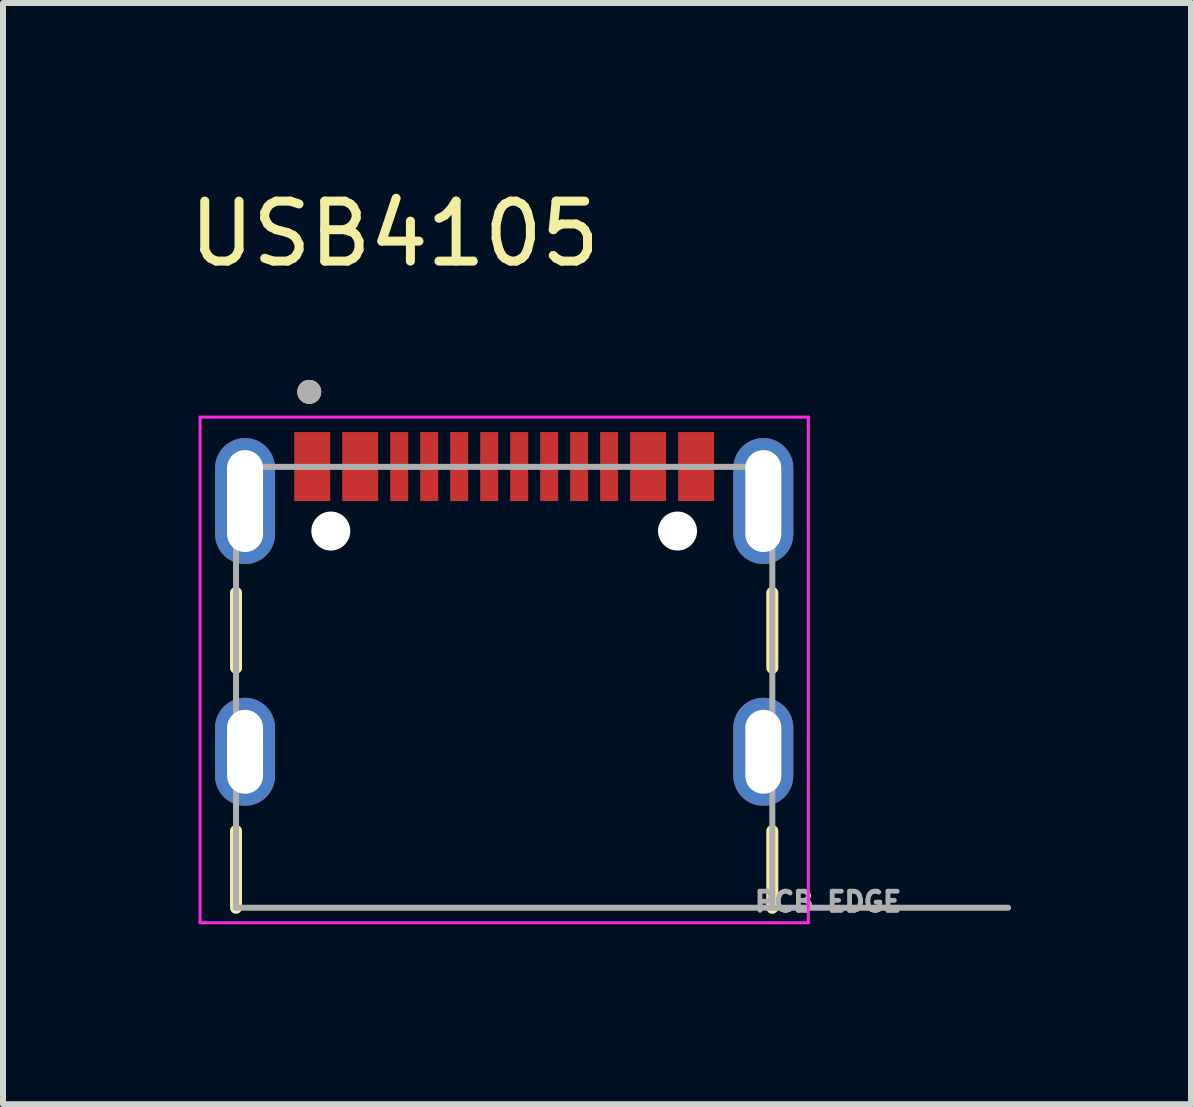
<source format=kicad_pcb>
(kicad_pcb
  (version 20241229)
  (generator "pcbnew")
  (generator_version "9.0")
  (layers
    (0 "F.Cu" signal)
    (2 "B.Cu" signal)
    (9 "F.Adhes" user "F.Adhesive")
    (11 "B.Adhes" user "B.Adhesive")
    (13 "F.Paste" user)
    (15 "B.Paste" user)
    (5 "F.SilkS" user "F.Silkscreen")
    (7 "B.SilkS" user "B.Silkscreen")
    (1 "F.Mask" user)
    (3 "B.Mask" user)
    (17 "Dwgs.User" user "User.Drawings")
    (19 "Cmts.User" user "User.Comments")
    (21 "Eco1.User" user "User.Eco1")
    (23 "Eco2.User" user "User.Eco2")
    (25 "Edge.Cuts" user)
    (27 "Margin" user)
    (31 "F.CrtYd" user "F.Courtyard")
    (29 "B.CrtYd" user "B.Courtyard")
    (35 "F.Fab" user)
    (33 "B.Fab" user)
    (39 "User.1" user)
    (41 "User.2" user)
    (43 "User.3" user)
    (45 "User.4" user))
  (footprint "USB4105"
    (layer "F.Cu")
    (at 5.355 9.483)
    (property "Reference" "USB4105" (at -1.825 -8.635 0) (layer "F.SilkS") (effects (font (size 1 1) (thickness 0.15))))
    (attr smd)
    (fp_poly (pts (xy -3.55 -5.38) (xy -2.85 -5.38) (xy -2.85 -4.13) (xy -3.55 -4.13)) (stroke (width 0.01) (type solid)) (fill yes) (layer "F.Mask"))
    (fp_poly (pts (xy -2.75 -5.38) (xy -2.05 -5.38) (xy -2.05 -4.13) (xy -2.75 -4.13)) (stroke (width 0.01) (type solid)) (fill yes) (layer "F.Mask"))
    (fp_poly (pts (xy -1.95 -5.38) (xy -1.55 -5.38) (xy -1.55 -4.13) (xy -1.95 -4.13)) (stroke (width 0.01) (type solid)) (fill yes) (layer "F.Mask"))
    (fp_poly (pts (xy -1.45 -5.38) (xy -1.05 -5.38) (xy -1.05 -4.13) (xy -1.45 -4.13)) (stroke (width 0.01) (type solid)) (fill yes) (layer "F.Mask"))
    (fp_poly (pts (xy -0.95 -5.38) (xy -0.55 -5.38) (xy -0.55 -4.13) (xy -0.95 -4.13)) (stroke (width 0.01) (type solid)) (fill yes) (layer "F.Mask"))
    (fp_poly (pts (xy -0.45 -5.38) (xy -0.05 -5.38) (xy -0.05 -4.13) (xy -0.45 -4.13)) (stroke (width 0.01) (type solid)) (fill yes) (layer "F.Mask"))
    (fp_poly (pts (xy 0.05 -5.38) (xy 0.45 -5.38) (xy 0.45 -4.13) (xy 0.05 -4.13)) (stroke (width 0.01) (type solid)) (fill yes) (layer "F.Mask"))
    (fp_poly (pts (xy 0.55 -5.38) (xy 0.95 -5.38) (xy 0.95 -4.13) (xy 0.55 -4.13)) (stroke (width 0.01) (type solid)) (fill yes) (layer "F.Mask"))
    (fp_poly (pts (xy 1.05 -5.38) (xy 1.45 -5.38) (xy 1.45 -4.13) (xy 1.05 -4.13)) (stroke (width 0.01) (type solid)) (fill yes) (layer "F.Mask"))
    (fp_poly (pts (xy 1.55 -5.38) (xy 1.95 -5.38) (xy 1.95 -4.13) (xy 1.55 -4.13)) (stroke (width 0.01) (type solid)) (fill yes) (layer "F.Mask"))
    (fp_poly (pts (xy 2.05 -5.38) (xy 2.75 -5.38) (xy 2.75 -4.13) (xy 2.05 -4.13)) (stroke (width 0.01) (type solid)) (fill yes) (layer "F.Mask"))
    (fp_poly (pts (xy 2.85 -5.38) (xy 3.55 -5.38) (xy 3.55 -4.13) (xy 2.85 -4.13)) (stroke (width 0.01) (type solid)) (fill yes) (layer "F.Mask"))
    (fp_line (start -4.47 -2.65) (end -4.47 -1.4) (stroke (width 0.2) (type solid)) (layer "F.SilkS"))
    (fp_line (start -4.47 1.32) (end -4.47 2.6) (stroke (width 0.2) (type solid)) (layer "F.SilkS"))
    (fp_line (start 4.47 -2.65) (end 4.47 -1.4) (stroke (width 0.2) (type solid)) (layer "F.SilkS"))
    (fp_line (start 4.47 2.6) (end 4.47 1.32) (stroke (width 0.2) (type solid)) (layer "F.SilkS"))
    (fp_circle (center -3.25 -6) (end -3.15 -6) (stroke (width 0.2) (type solid)) (fill no) (layer "F.SilkS"))
    (fp_line (start -5.07 -5.58) (end -5.07 2.85) (stroke (width 0.05) (type solid)) (layer "F.CrtYd"))
    (fp_line (start -5.07 2.85) (end 5.07 2.85) (stroke (width 0.05) (type solid)) (layer "F.CrtYd"))
    (fp_line (start 5.07 -5.58) (end -5.07 -5.58) (stroke (width 0.05) (type solid)) (layer "F.CrtYd"))
    (fp_line (start 5.07 2.85) (end 5.07 -5.58) (stroke (width 0.05) (type solid)) (layer "F.CrtYd"))
    (fp_line (start -4.47 -4.75) (end 4.47 -4.75) (stroke (width 0.1) (type solid)) (layer "F.Fab"))
    (fp_line (start -4.47 2.6) (end -4.47 -4.75) (stroke (width 0.1) (type solid)) (layer "F.Fab"))
    (fp_line (start 4.47 -4.75) (end 4.47 2.6) (stroke (width 0.1) (type solid)) (layer "F.Fab"))
    (fp_line (start 4.47 2.6) (end -4.47 2.6) (stroke (width 0.1) (type solid)) (layer "F.Fab"))
    (fp_line (start 4.47 2.6) (end 8.4 2.6) (stroke (width 0.1) (type solid)) (layer "F.Fab"))
    (fp_circle (center -3.25 -6) (end -3.15 -6) (stroke (width 0.2) (type solid)) (fill no) (layer "F.Fab"))
    (fp_text user "PCB EDGE" (at 5.4 2.5 0) (layer "F.Fab") (effects (font (size 0.32 0.32) (thickness 0.15))))
    (pad "" np_thru_hole circle (at -2.89 -3.68) (size 0.65 0.65) (drill 0.65) (layers "*.Cu" "*.Mask"))
    (pad "" np_thru_hole circle (at 2.89 -3.68) (size 0.65 0.65) (drill 0.65) (layers "*.Cu" "*.Mask"))
    (pad "A1_B12" smd rect (at -3.2 -4.755) (size 0.6 1.15) (layers "F.Cu" "F.Paste"))
    (pad "A4_B9" smd rect (at -2.4 -4.755) (size 0.6 1.15) (layers "F.Cu" "F.Paste"))
    (pad "A5" smd rect (at -1.25 -4.755) (size 0.3 1.15) (layers "F.Cu" "F.Paste"))
    (pad "A6" smd rect (at -0.25 -4.755) (size 0.3 1.15) (layers "F.Cu" "F.Paste"))
    (pad "A7" smd rect (at 0.25 -4.755) (size 0.3 1.15) (layers "F.Cu" "F.Paste"))
    (pad "A8" smd rect (at 1.25 -4.755) (size 0.3 1.15) (layers "F.Cu" "F.Paste"))
    (pad "B1_A12" smd rect (at 3.2 -4.755) (size 0.6 1.15) (layers "F.Cu" "F.Paste"))
    (pad "B4_A9" smd rect (at 2.4 -4.755) (size 0.6 1.15) (layers "F.Cu" "F.Paste"))
    (pad "B5" smd rect (at 1.75 -4.755) (size 0.3 1.15) (layers "F.Cu" "F.Paste"))
    (pad "B6" smd rect (at 0.75 -4.755) (size 0.3 1.15) (layers "F.Cu" "F.Paste"))
    (pad "B7" smd rect (at -0.75 -4.755) (size 0.3 1.15) (layers "F.Cu" "F.Paste"))
    (pad "B8" smd rect (at -1.75 -4.755) (size 0.3 1.15) (layers "F.Cu" "F.Paste"))
    (pad "SH1" thru_hole oval (at -4.32 -4.18) (size 1 2.1) (drill oval 0.6 1.7) (layers "*.Cu" "*.Mask"))
    (pad "SH2" thru_hole oval (at 4.32 -4.18) (size 1 2.1) (drill oval 0.6 1.7) (layers "*.Cu" "*.Mask"))
    (pad "SH3" thru_hole oval (at -4.32 0) (size 1 1.8) (drill oval 0.6 1.4) (layers "*.Cu" "*.Mask"))
    (pad "SH4" thru_hole oval (at 4.32 0) (size 1 1.8) (drill oval 0.6 1.4) (layers "*.Cu" "*.Mask")))
  (gr_rect
    (start -3 -3)
    (end 16.805 15.358)
    (stroke (width 0.1) (type default))
    (fill no)
    (layer "Edge.Cuts")))
</source>
